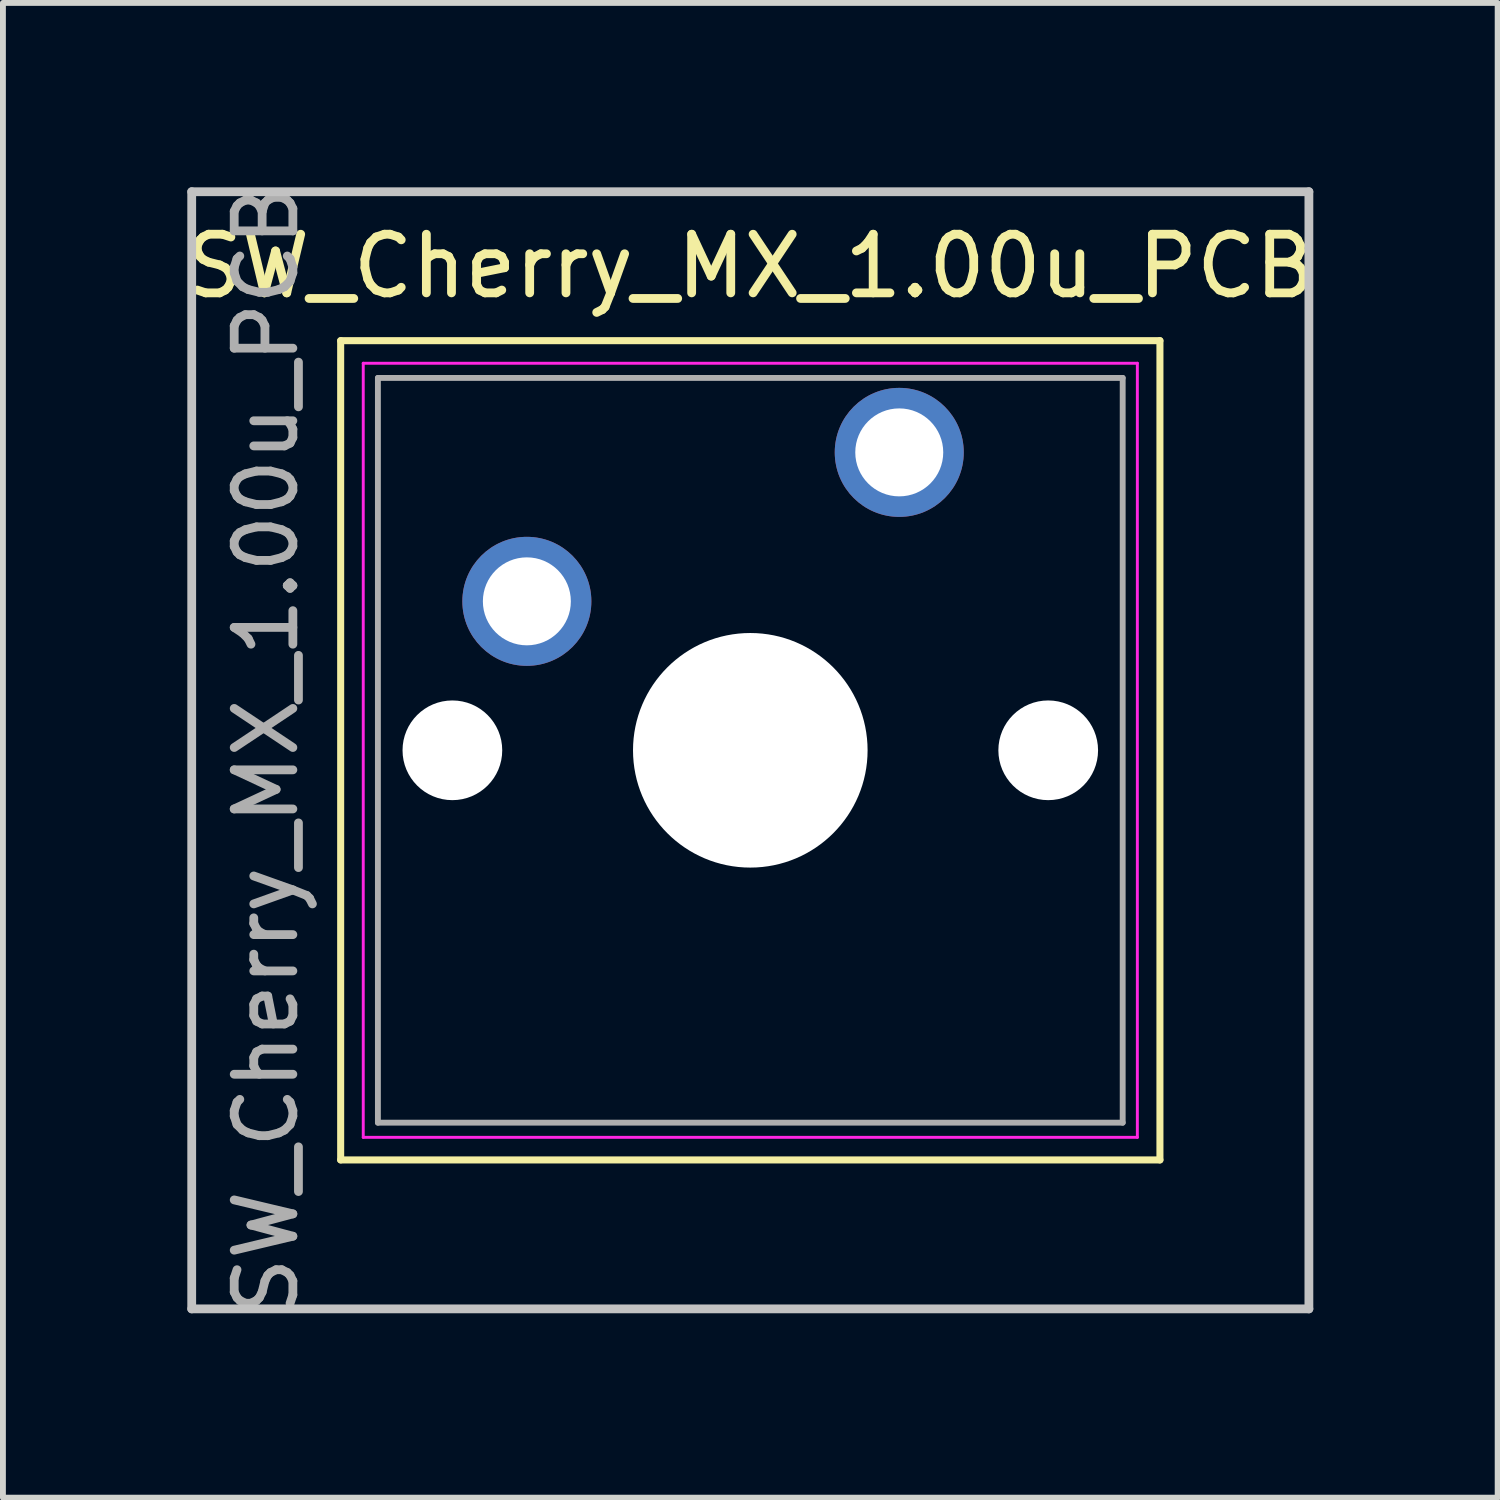
<source format=kicad_pcb>
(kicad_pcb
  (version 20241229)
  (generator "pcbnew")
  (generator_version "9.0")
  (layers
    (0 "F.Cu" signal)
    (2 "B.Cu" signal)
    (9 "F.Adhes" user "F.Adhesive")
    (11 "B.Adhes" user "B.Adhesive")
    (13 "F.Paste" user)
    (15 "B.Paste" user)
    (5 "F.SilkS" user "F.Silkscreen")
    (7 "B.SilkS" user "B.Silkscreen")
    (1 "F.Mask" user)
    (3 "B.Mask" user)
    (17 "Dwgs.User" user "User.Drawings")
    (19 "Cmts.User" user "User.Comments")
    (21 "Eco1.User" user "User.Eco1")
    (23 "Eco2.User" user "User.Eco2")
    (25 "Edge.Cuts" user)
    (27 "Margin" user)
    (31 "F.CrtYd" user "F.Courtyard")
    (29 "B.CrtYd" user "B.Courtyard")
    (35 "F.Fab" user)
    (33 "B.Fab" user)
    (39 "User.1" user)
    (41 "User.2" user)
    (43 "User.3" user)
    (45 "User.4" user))
  (footprint "SW_Cherry_MX_1.00u_PCB"
    (layer "F.Cu")
    (at 12.284 4.664)
    (property "Reference" "SW_Cherry_MX_1.00u_PCB" (at -2.54 -3.175 0) (layer "F.SilkS") (effects (font (size 1 1) (thickness 0.15))))
    (attr through_hole)
    (fp_line (start -9.525 -1.905) (end 4.445 -1.905) (stroke (width 0.12) (type solid)) (layer "F.SilkS"))
    (fp_line (start -9.525 12.065) (end -9.525 -1.905) (stroke (width 0.12) (type solid)) (layer "F.SilkS"))
    (fp_line (start 4.445 -1.905) (end 4.445 12.065) (stroke (width 0.12) (type solid)) (layer "F.SilkS"))
    (fp_line (start 4.445 12.065) (end -9.525 12.065) (stroke (width 0.12) (type solid)) (layer "F.SilkS"))
    (fp_line (start -12.065 -4.445) (end 6.985 -4.445) (stroke (width 0.15) (type solid)) (layer "Dwgs.User"))
    (fp_line (start -12.065 14.605) (end -12.065 -4.445) (stroke (width 0.15) (type solid)) (layer "Dwgs.User"))
    (fp_line (start 6.985 -4.445) (end 6.985 14.605) (stroke (width 0.15) (type solid)) (layer "Dwgs.User"))
    (fp_line (start 6.985 14.605) (end -12.065 14.605) (stroke (width 0.15) (type solid)) (layer "Dwgs.User"))
    (fp_line (start -9.14 -1.52) (end 4.06 -1.52) (stroke (width 0.05) (type solid)) (layer "F.CrtYd"))
    (fp_line (start -9.14 11.68) (end -9.14 -1.52) (stroke (width 0.05) (type solid)) (layer "F.CrtYd"))
    (fp_line (start 4.06 -1.52) (end 4.06 11.68) (stroke (width 0.05) (type solid)) (layer "F.CrtYd"))
    (fp_line (start 4.06 11.68) (end -9.14 11.68) (stroke (width 0.05) (type solid)) (layer "F.CrtYd"))
    (fp_line (start -8.89 -1.27) (end 3.81 -1.27) (stroke (width 0.1) (type solid)) (layer "F.Fab"))
    (fp_line (start -8.89 11.43) (end -8.89 -1.27) (stroke (width 0.1) (type solid)) (layer "F.Fab"))
    (fp_line (start 3.81 -1.27) (end 3.81 11.43) (stroke (width 0.1) (type solid)) (layer "F.Fab"))
    (fp_line (start 3.81 11.43) (end -8.89 11.43) (stroke (width 0.1) (type solid)) (layer "F.Fab"))
    (fp_text user "${REFERENCE}" (at -10.795 5.08 90) (layer "F.Fab") (effects (font (size 1 1) (thickness 0.15))))
    (pad "" np_thru_hole circle (at -7.62 5.08) (size 1.7 1.7) (drill 1.7) (layers "*.Cu" "*.Mask"))
    (pad "" np_thru_hole circle (at -2.54 5.08) (size 4 4) (drill 4) (layers "*.Cu" "*.Mask"))
    (pad "" np_thru_hole circle (at 2.54 5.08) (size 1.7 1.7) (drill 1.7) (layers "*.Cu" "*.Mask"))
    (pad "1" thru_hole circle (at 0 0) (size 2.2 2.2) (drill 1.5) (layers "*.Cu" "*.Mask"))
    (pad "2" thru_hole circle (at -6.35 2.54) (size 2.2 2.2) (drill 1.5) (layers "*.Cu" "*.Mask")))
  (gr_rect
    (start -3 -3)
    (end 22.488 22.488)
    (stroke (width 0.1) (type default))
    (fill no)
    (layer "Edge.Cuts")))
</source>
